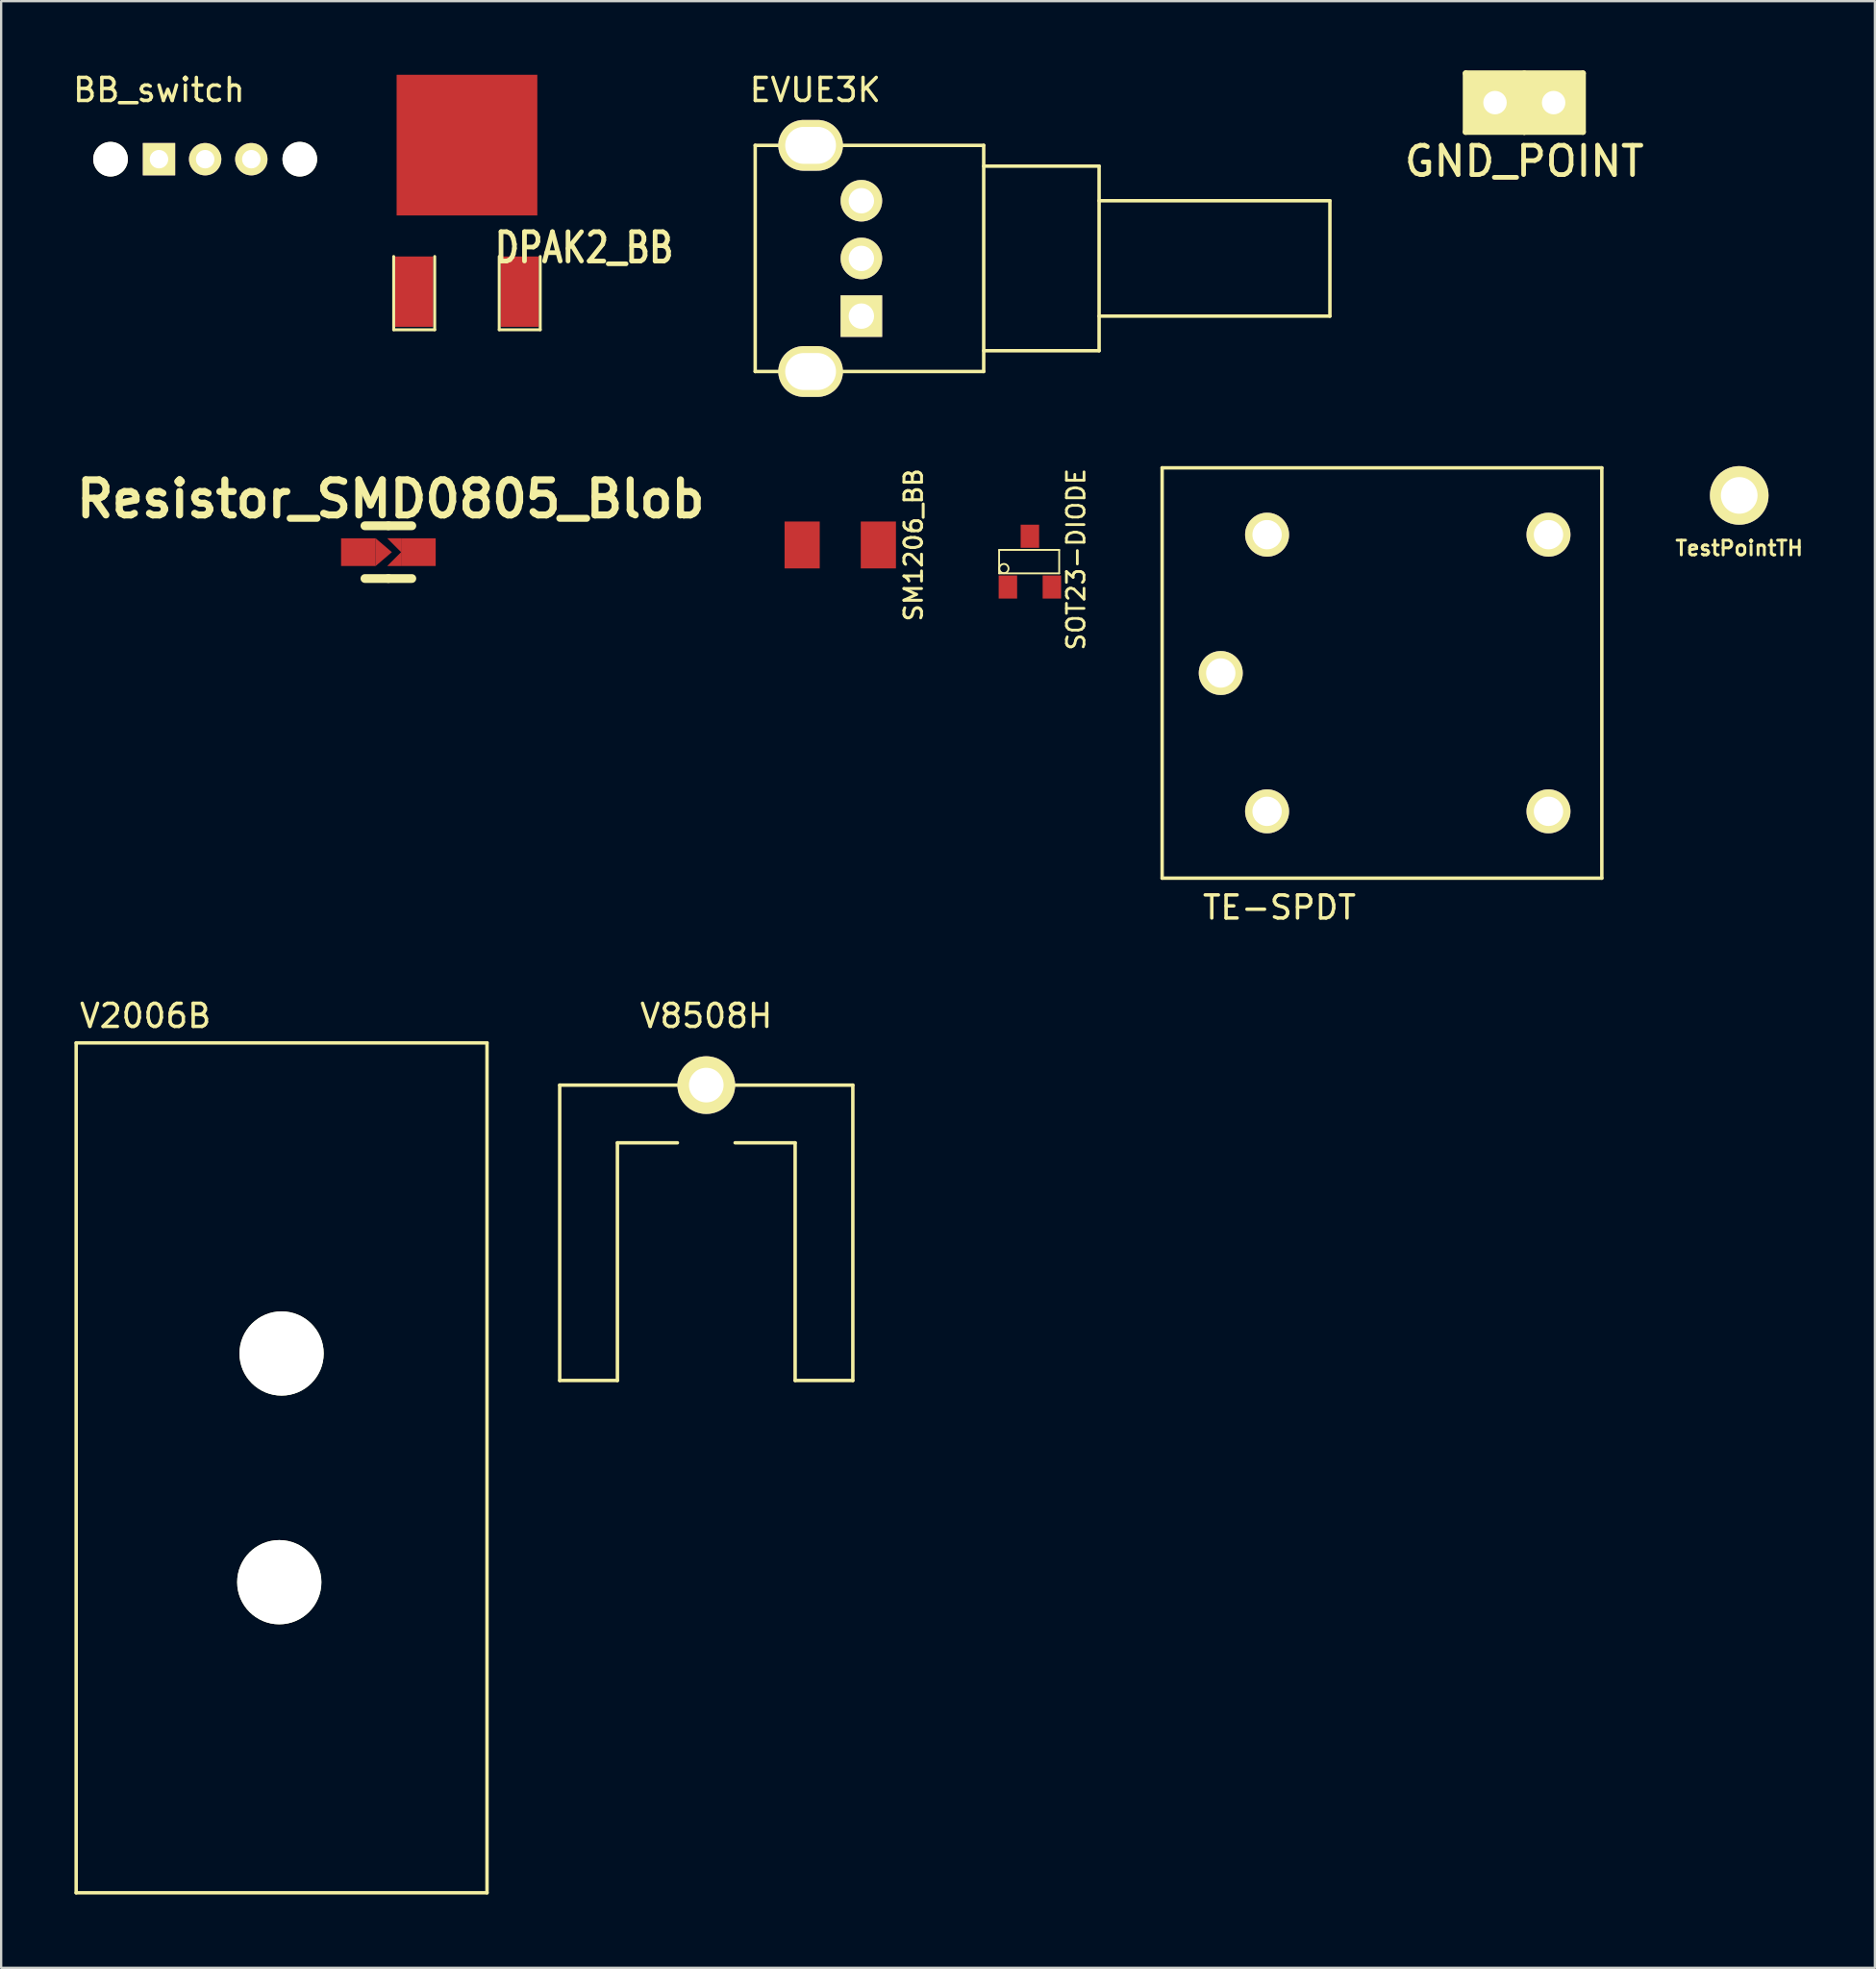
<source format=kicad_pcb>
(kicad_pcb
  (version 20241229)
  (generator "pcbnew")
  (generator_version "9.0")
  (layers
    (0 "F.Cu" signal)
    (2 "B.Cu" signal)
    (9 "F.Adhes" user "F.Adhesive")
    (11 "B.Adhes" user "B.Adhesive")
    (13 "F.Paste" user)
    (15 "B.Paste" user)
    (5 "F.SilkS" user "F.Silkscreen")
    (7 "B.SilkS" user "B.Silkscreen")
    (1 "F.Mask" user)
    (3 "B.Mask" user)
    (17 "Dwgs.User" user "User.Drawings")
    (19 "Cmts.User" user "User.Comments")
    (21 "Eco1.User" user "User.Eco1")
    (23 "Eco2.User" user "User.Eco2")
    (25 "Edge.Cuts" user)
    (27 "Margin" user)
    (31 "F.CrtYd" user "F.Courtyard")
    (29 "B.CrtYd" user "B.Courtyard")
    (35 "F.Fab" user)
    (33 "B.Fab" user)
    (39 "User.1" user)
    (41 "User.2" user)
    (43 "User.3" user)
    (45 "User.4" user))
  (footprint "TE-SPDT"
    (layer "F.Cu")
    (at 49.841 26.113)
    (property "Reference" "TE-SPDT" (at 2.54 10.16 0) (layer "F.SilkS") (effects (font (size 1 1) (thickness 0.15))))
    (attr through_hole)
    (fp_line (start -2.54 -8.89) (end -2.54 8.89) (stroke (width 0.15) (type solid)) (layer "F.SilkS"))
    (fp_line (start -2.54 8.89) (end 16.51 8.89) (stroke (width 0.15) (type solid)) (layer "F.SilkS"))
    (fp_line (start 16.51 -8.89) (end -2.54 -8.89) (stroke (width 0.15) (type solid)) (layer "F.SilkS"))
    (fp_line (start 16.51 8.89) (end 16.51 -8.89) (stroke (width 0.15) (type solid)) (layer "F.SilkS"))
    (pad "1" thru_hole circle (at 0 0) (size 1.905 1.905) (drill 1.27) (layers "*.Cu" "*.Mask" "F.SilkS"))
    (pad "2" thru_hole circle (at 2.007 -5.994) (size 1.905 1.905) (drill 1.27) (layers "*.Cu" "*.Mask" "F.SilkS"))
    (pad "3" thru_hole circle (at 14.199 -5.994) (size 1.905 1.905) (drill 1.27) (layers "*.Cu" "*.Mask" "F.SilkS"))
    (pad "4" thru_hole circle (at 14.199 5.994) (size 1.905 1.905) (drill 1.27) (layers "*.Cu" "*.Mask" "F.SilkS"))
    (pad "5" thru_hole circle (at 2.007 5.994) (size 1.905 1.905) (drill 1.27) (layers "*.Cu" "*.Mask" "F.SilkS")))
  (footprint "EVUE3K"
    (layer "F.Cu")
    (at 32.07 13.048)
    (property "Reference" "EVUE3K" (at 0.2 -12.2 0) (layer "F.SilkS") (effects (font (size 1 1) (thickness 0.15))))
    (attr through_hole)
    (fp_line (start -2.4 -9.8) (end -2.4 0) (stroke (width 0.15) (type solid)) (layer "F.SilkS"))
    (fp_line (start -2.4 0) (end 7.5 0) (stroke (width 0.15) (type solid)) (layer "F.SilkS"))
    (fp_line (start 7.5 -9.8) (end -2.4 -9.8) (stroke (width 0.15) (type solid)) (layer "F.SilkS"))
    (fp_line (start 7.5 -8.9) (end 12.5 -8.9) (stroke (width 0.15) (type solid)) (layer "F.SilkS"))
    (fp_line (start 7.5 0) (end 7.5 -9.8) (stroke (width 0.15) (type solid)) (layer "F.SilkS"))
    (fp_line (start 12.5 -8.9) (end 12.5 -0.9) (stroke (width 0.15) (type solid)) (layer "F.SilkS"))
    (fp_line (start 12.5 -7.4) (end 22.5 -7.4) (stroke (width 0.15) (type solid)) (layer "F.SilkS"))
    (fp_line (start 12.5 -0.9) (end 7.5 -0.9) (stroke (width 0.15) (type solid)) (layer "F.SilkS"))
    (fp_line (start 22.5 -7.4) (end 22.5 -2.4) (stroke (width 0.15) (type solid)) (layer "F.SilkS"))
    (fp_line (start 22.5 -2.4) (end 12.5 -2.4) (stroke (width 0.15) (type solid)) (layer "F.SilkS"))
    (pad "" thru_hole oval (at 0 -9.8) (size 2.8 2.2) (drill oval 2.2 1.6) (layers "*.Cu" "*.Mask" "F.SilkS"))
    (pad "" thru_hole oval (at 0 0) (size 2.8 2.2) (drill oval 2.2 1.6) (layers "*.Cu" "*.Mask" "F.SilkS"))
    (pad "1" thru_hole rect (at 2.2 -2.4) (size 1.8 1.8) (drill 1.1) (layers "*.Cu" "*.Mask" "F.SilkS"))
    (pad "2" thru_hole circle (at 2.2 -4.9) (size 1.8 1.8) (drill 1.1) (layers "*.Cu" "*.Mask" "F.SilkS"))
    (pad "3" thru_hole circle (at 2.2 -7.4) (size 1.8 1.8) (drill 1.1) (layers "*.Cu" "*.Mask" "F.SilkS")))
  (footprint "V8508H"
    (layer "F.Cu")
    (at 27.55 43.97)
    (property "Reference" "V8508H" (at 0 -3 0) (layer "F.SilkS") (effects (font (size 1 1) (thickness 0.15))))
    (attr through_hole)
    (fp_line (start -6.35 0) (end -6.35 12.8) (stroke (width 0.15) (type solid)) (layer "F.SilkS"))
    (fp_line (start -6.35 0) (end 6.35 0) (stroke (width 0.15) (type solid)) (layer "F.SilkS"))
    (fp_line (start -6.35 12.8) (end -3.85 12.8) (stroke (width 0.15) (type solid)) (layer "F.SilkS"))
    (fp_line (start -3.85 2.5) (end -1.25 2.5) (stroke (width 0.15) (type solid)) (layer "F.SilkS"))
    (fp_line (start -3.85 12.8) (end -3.85 2.5) (stroke (width 0.15) (type solid)) (layer "F.SilkS"))
    (fp_line (start 3.85 2.5) (end 1.25 2.5) (stroke (width 0.15) (type solid)) (layer "F.SilkS"))
    (fp_line (start 3.85 12.8) (end 3.85 2.5) (stroke (width 0.15) (type solid)) (layer "F.SilkS"))
    (fp_line (start 6.35 0) (end 6.35 12.8) (stroke (width 0.15) (type solid)) (layer "F.SilkS"))
    (fp_line (start 6.35 12.8) (end 3.85 12.8) (stroke (width 0.15) (type solid)) (layer "F.SilkS"))
    (pad "1" thru_hole circle (at 0 0) (size 2.5 2.5) (drill 1.5) (layers "*.Cu" "*.Mask" "F.SilkS")))
  (footprint "GND_POINT"
    (layer "F.Cu")
    (at 62.993 1.397)
    (property "Reference" "GND_POINT" (at 0 2.54 0) (layer "F.SilkS") (effects (font (size 1.27 1.27) (thickness 0.203))))
    (attr through_hole)
    (fp_line (start -2.54 -1.27) (end -2.54 1.27) (stroke (width 0.254) (type solid)) (layer "F.SilkS"))
    (fp_line (start -2.54 1.27) (end 0 1.27) (stroke (width 0.254) (type solid)) (layer "F.SilkS"))
    (fp_line (start 0 -1.27) (end 0 1.27) (stroke (width 0.254) (type solid)) (layer "F.SilkS"))
    (fp_line (start 0 1.27) (end 2.54 1.27) (stroke (width 0.254) (type solid)) (layer "F.SilkS"))
    (fp_line (start 2.54 -1.27) (end -2.54 -1.27) (stroke (width 0.254) (type solid)) (layer "F.SilkS"))
    (fp_line (start 2.54 1.27) (end 2.54 -1.27) (stroke (width 0.254) (type solid)) (layer "F.SilkS"))
    (pad "" smd rect (at 0 0) (size 1.27 2.54) (layers "F.Cu" "F.Mask" "F.Paste"))
    (pad "" smd rect (at 0 0) (size 1.27 2.54) (layers "F.Mask" "B.Cu" "F.Paste"))
    (pad "1" thru_hole rect (at -1.27 0) (size 2.54 2.54) (drill 1.016) (layers "*.Cu" "*.Mask" "F.SilkS"))
    (pad "2" thru_hole rect (at 1.27 0) (size 2.54 2.54) (drill 1.016) (layers "*.Cu" "*.Mask" "F.SilkS")))
  (footprint "Resistor_SMD0805_Blob"
    (layer "F.Cu")
    (at 13.777 20.876)
    (property "Reference" "Resistor_SMD0805_Blob" (at 0.099 -2.301 0) (layer "F.SilkS") (effects (font (size 1.524 1.524) (thickness 0.305))))
    (attr smd)
    (fp_line (start 0 -1.143) (end -1.016 -1.143) (stroke (width 0.381) (type solid)) (layer "F.SilkS"))
    (fp_line (start 0 -1.143) (end 1.016 -1.143) (stroke (width 0.381) (type solid)) (layer "F.SilkS"))
    (fp_line (start 0 1.143) (end -1.016 1.143) (stroke (width 0.381) (type solid)) (layer "F.SilkS"))
    (fp_line (start 0 1.143) (end 1.016 1.143) (stroke (width 0.381) (type solid)) (layer "F.SilkS"))
    (pad "" smd trapezoid (at -0.2 0) (size 0.7 0.6) (rect_delta 0.599 0) (layers "F.Cu" "F.Mask" "F.Paste"))
    (pad "" smd trapezoid (at 0.4 -0.451 45) (size 0.424 0.424) (rect_delta 0.423 0) (layers "F.Cu" "F.Mask" "F.Paste"))
    (pad "" smd trapezoid (at 0.4 0.451 315) (size 0.424 0.424) (rect_delta 0.423 0) (layers "F.Cu" "F.Mask" "F.Paste"))
    (pad "1" smd rect (at -1.3 0) (size 1.5 1.2) (layers "F.Cu" "F.Mask" "F.Paste"))
    (pad "2" smd rect (at 1.3 0) (size 1.5 1.2) (layers "F.Cu" "F.Mask" "F.Paste")))
  (footprint "TestPointTH"
    (layer "F.Cu")
    (at 72.304 18.418)
    (property "Reference" "TestPointTH" (at 0 2.286 0) (layer "F.SilkS") (effects (font (size 0.635 0.635) (thickness 0.127))))
    (attr through_hole)
    (pad "1" thru_hole circle (at 0 0) (size 2.54 2.54) (drill 1.587) (layers "*.Cu" "*.Mask" "F.SilkS")))
  (footprint "V2006B"
    (layer "F.Cu")
    (at 0.25 78.97)
    (property "Reference" "V2006B" (at 3 -38 0) (layer "F.SilkS") (effects (font (size 1 1) (thickness 0.15))))
    (attr through_hole)
    (fp_line (start 0 -36.83) (end 0 0) (stroke (width 0.15) (type solid)) (layer "F.SilkS"))
    (fp_line (start 0 0) (end 17.8 0) (stroke (width 0.15) (type solid)) (layer "F.SilkS"))
    (fp_line (start 17.8 -36.83) (end 0 -36.83) (stroke (width 0.15) (type solid)) (layer "F.SilkS"))
    (fp_line (start 17.8 0) (end 17.8 -36.83) (stroke (width 0.15) (type solid)) (layer "F.SilkS"))
    (pad "" np_thru_hole circle (at 8.8 -13.46) (size 3.65 3.65) (drill 3.65) (layers "*.Cu" "*.Mask" "F.SilkS"))
    (pad "" np_thru_hole circle (at 8.9 -23.37) (size 3.65 3.65) (drill 3.65) (layers "*.Cu" "*.Mask" "F.SilkS")))
  (footprint "SM1206_BB"
    (layer "F.Cu")
    (at 33.355 20.565)
    (property "Reference" "SM1206_BB" (at 3.175 0 90) (layer "F.SilkS") (effects (font (size 0.762 0.762) (thickness 0.127))))
    (attr smd)
    (fp_line (start -2.54 -1.143) (end -2.54 1.143) (stroke (width 0.127) (type solid)) (layer "Eco1.User"))
    (fp_line (start -2.54 1.143) (end -0.889 1.143) (stroke (width 0.127) (type solid)) (layer "Eco1.User"))
    (fp_line (start -0.889 -1.143) (end -2.54 -1.143) (stroke (width 0.127) (type solid)) (layer "Eco1.User"))
    (fp_line (start 0.889 -1.143) (end 2.54 -1.143) (stroke (width 0.127) (type solid)) (layer "Eco1.User"))
    (fp_line (start 2.54 -1.143) (end 2.54 1.143) (stroke (width 0.127) (type solid)) (layer "Eco1.User"))
    (fp_line (start 2.54 1.143) (end 0.889 1.143) (stroke (width 0.127) (type solid)) (layer "Eco1.User"))
    (pad "1" smd rect (at -1.651 0) (size 1.524 2.032) (layers "F.Cu" "F.Mask" "F.Paste"))
    (pad "2" smd rect (at 1.651 0) (size 1.524 2.032) (layers "F.Cu" "F.Mask" "F.Paste")))
  (footprint "BB_switch"
    (layer "F.Cu")
    (at 3.839 3.848)
    (property "Reference" "BB_switch" (at 0 -3 0) (layer "F.SilkS") (effects (font (size 1 1) (thickness 0.15))))
    (attr through_hole)
    (fp_line (start -2.3 -2.2) (end -2.3 2.2) (stroke (width 0.15) (type solid)) (layer "Eco1.User"))
    (fp_line (start -2.3 2.2) (end 6.3 2.2) (stroke (width 0.15) (type solid)) (layer "Eco1.User"))
    (fp_line (start 2.9 2.2) (end 2.9 6.2) (stroke (width 0.15) (type solid)) (layer "Eco1.User"))
    (fp_line (start 2.9 6.2) (end 3.5 6.2) (stroke (width 0.15) (type solid)) (layer "Eco1.User"))
    (fp_line (start 3.5 6.2) (end 3.9 5.8) (stroke (width 0.15) (type solid)) (layer "Eco1.User"))
    (fp_line (start 3.9 5.8) (end 4.3 6.2) (stroke (width 0.15) (type solid)) (layer "Eco1.User"))
    (fp_line (start 4.9 6.2) (end 4.3 6.2) (stroke (width 0.15) (type solid)) (layer "Eco1.User"))
    (fp_line (start 4.9 6.2) (end 4.9 2.2) (stroke (width 0.15) (type solid)) (layer "Eco1.User"))
    (fp_line (start 6.3 -2.2) (end -2.3 -2.2) (stroke (width 0.15) (type solid)) (layer "Eco1.User"))
    (fp_line (start 6.3 2.2) (end 6.3 -2.2) (stroke (width 0.15) (type solid)) (layer "Eco1.User"))
    (pad "" np_thru_hole circle (at -2.1 0) (size 1.5 1.5) (drill 1.5) (layers "*.Cu" "*.Mask" "F.SilkS"))
    (pad "" np_thru_hole circle (at 6.1 0) (size 1.5 1.5) (drill 1.5) (layers "*.Cu" "*.Mask" "F.SilkS"))
    (pad "1" thru_hole rect (at 0 0) (size 1.4 1.4) (drill 0.8) (layers "*.Cu" "*.Mask" "F.SilkS"))
    (pad "2" thru_hole circle (at 2 0) (size 1.4 1.4) (drill 0.8) (layers "*.Cu" "*.Mask" "F.SilkS"))
    (pad "3" thru_hole circle (at 4 0) (size 1.4 1.4) (drill 0.8) (layers "*.Cu" "*.Mask" "F.SilkS")))
  (footprint "DPAK2_BB"
    (layer "F.Cu")
    (at 17.182 9.588)
    (property "Reference" "DPAK2_BB" (at 5.08 -1.905 0) (layer "F.SilkS") (effects (font (size 1.27 1.016) (thickness 0.203))))
    (attr smd)
    (fp_line (start -3.175 -1.524) (end -3.175 1.651) (stroke (width 0.127) (type solid)) (layer "F.SilkS"))
    (fp_line (start -3.175 1.651) (end -1.397 1.651) (stroke (width 0.127) (type solid)) (layer "F.SilkS"))
    (fp_line (start -1.397 1.651) (end -1.397 -1.524) (stroke (width 0.127) (type solid)) (layer "F.SilkS"))
    (fp_line (start 1.397 -1.524) (end 1.397 1.651) (stroke (width 0.127) (type solid)) (layer "F.SilkS"))
    (fp_line (start 1.397 1.651) (end 3.175 1.651) (stroke (width 0.127) (type solid)) (layer "F.SilkS"))
    (fp_line (start 3.175 1.651) (end 3.175 -1.524) (stroke (width 0.127) (type solid)) (layer "F.SilkS"))
    (fp_line (start -3.429 -9.525) (end 3.429 -9.525) (stroke (width 0.127) (type solid)) (layer "Eco1.User"))
    (fp_line (start -3.429 -1.524) (end -3.429 -9.398) (stroke (width 0.127) (type solid)) (layer "Eco1.User"))
    (fp_line (start 3.429 -9.398) (end 3.429 -7.62) (stroke (width 0.127) (type solid)) (layer "Eco1.User"))
    (fp_line (start 3.429 -7.62) (end 3.429 -1.524) (stroke (width 0.127) (type solid)) (layer "Eco1.User"))
    (fp_line (start 3.429 -1.524) (end -3.429 -1.524) (stroke (width 0.127) (type solid)) (layer "Eco1.User"))
    (pad "1" smd rect (at -2.286 0) (size 1.651 3.048) (layers "F.Cu" "F.Mask" "F.Paste"))
    (pad "2" smd rect (at 0 -6.35) (size 6.096 6.096) (layers "F.Cu" "F.Mask" "F.Paste"))
    (pad "3" smd rect (at 2.286 0) (size 1.651 3.048) (layers "F.Cu" "F.Mask" "F.Paste")))
  (footprint "SOT23-DIODE"
    (layer "F.Cu")
    (at 41.571 21.287)
    (property "Reference" "SOT23-DIODE" (at 1.999 -0.099 90) (layer "F.SilkS") (effects (font (size 0.762 0.762) (thickness 0.119))))
    (attr smd)
    (fp_line (start -1.333 -0.508) (end -1.333 0.508) (stroke (width 0.079) (type solid)) (layer "F.SilkS"))
    (fp_line (start -1.333 -0.508) (end 1.27 -0.508) (stroke (width 0.079) (type solid)) (layer "F.SilkS"))
    (fp_line (start 1.27 -0.508) (end 1.27 0.508) (stroke (width 0.079) (type solid)) (layer "F.SilkS"))
    (fp_line (start 1.27 0.508) (end -1.333 0.508) (stroke (width 0.079) (type solid)) (layer "F.SilkS"))
    (fp_circle (center -1.125 0.3) (end -1.125 0.5) (stroke (width 0.079) (type solid)) (fill no) (layer "F.SilkS"))
    (pad "" smd rect (at 0.953 1.1) (size 0.8 1.001) (layers "F.Cu" "F.Mask" "F.Paste"))
    (pad "1" smd rect (at -0.953 1.1) (size 0.8 1.001) (layers "F.Cu" "F.Mask" "F.Paste"))
    (pad "2" smd rect (at 0 -1.1) (size 0.8 1.001) (layers "F.Cu" "F.Mask" "F.Paste")))
  (gr_rect
    (start -3 -3)
    (end 78.183 82.22)
    (stroke (width 0.1) (type default))
    (fill no)
    (layer "Edge.Cuts")))
</source>
